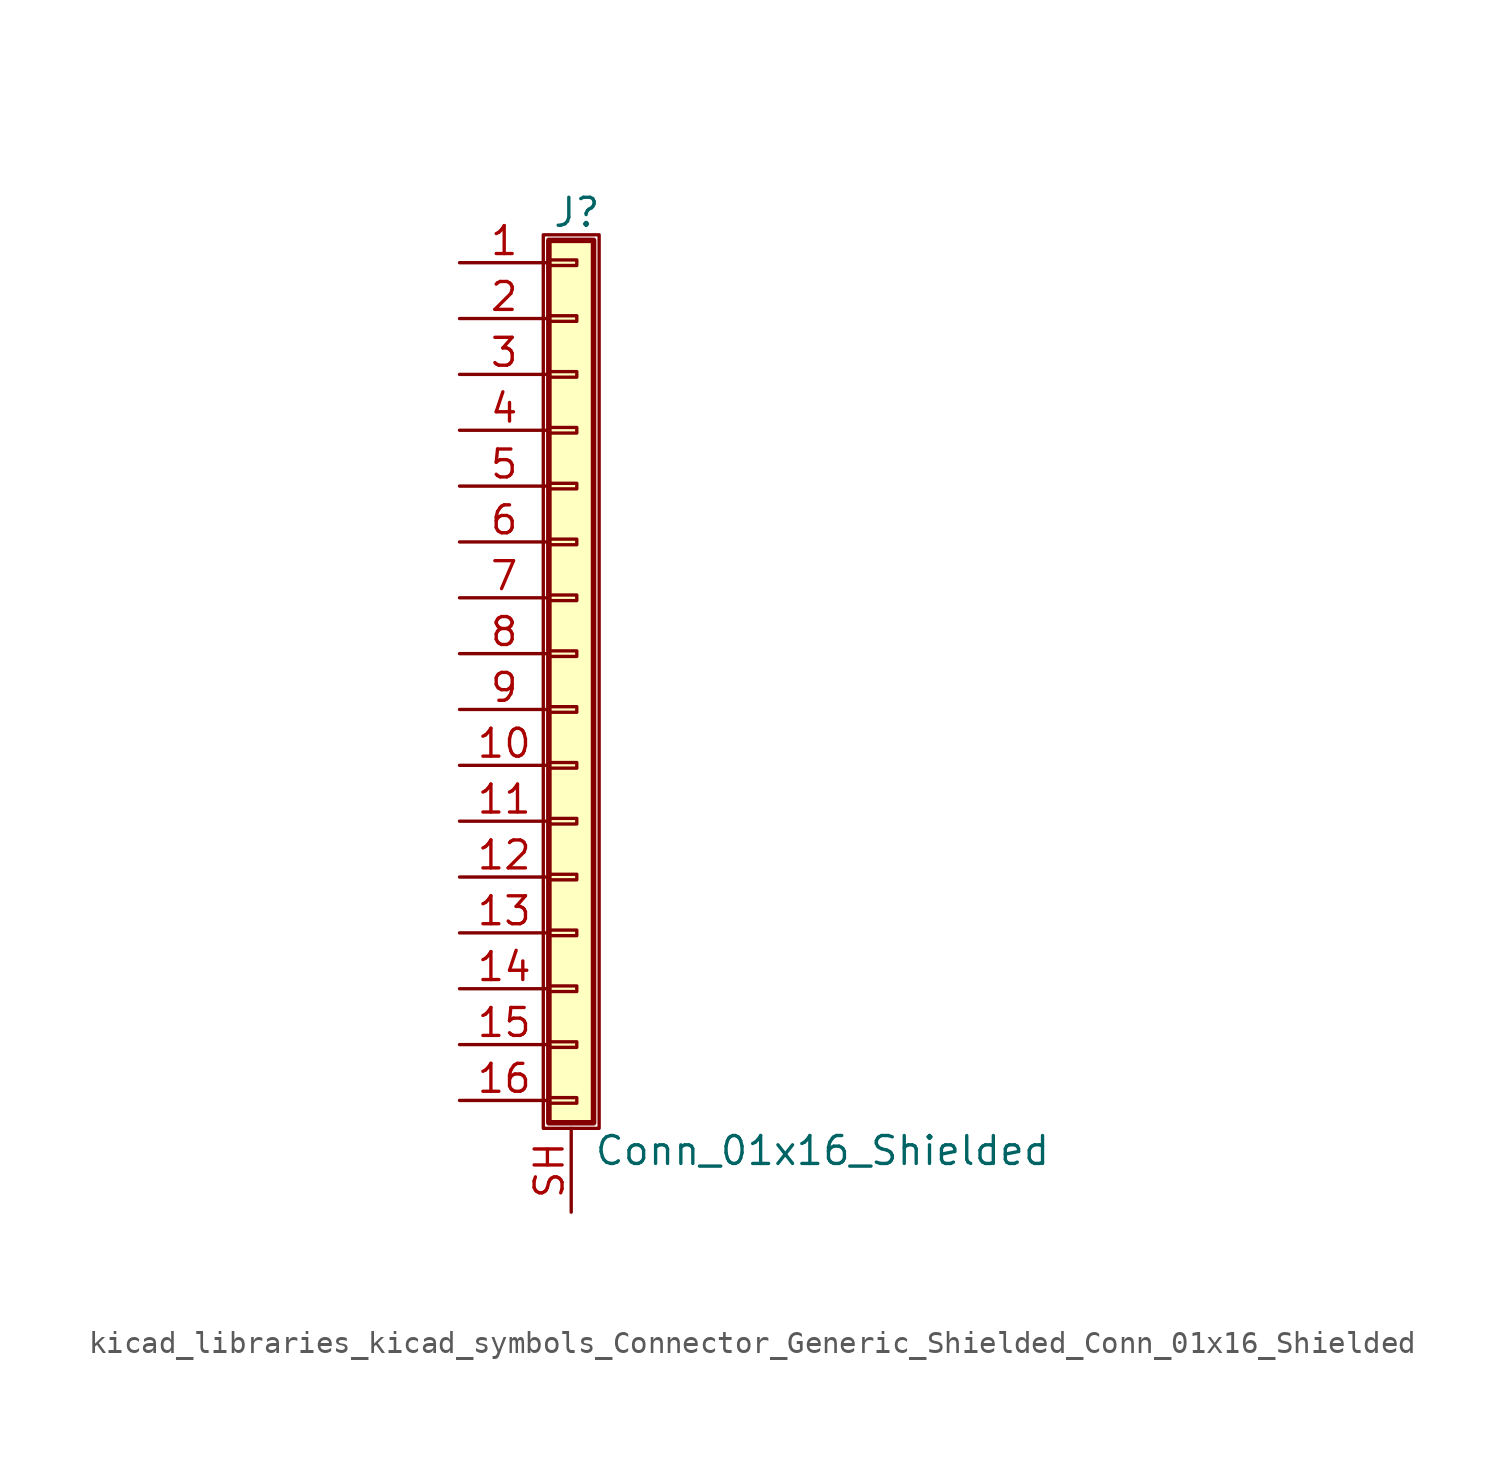
<source format=kicad_sym>
(kicad_symbol_lib
  (version 20220914)
  (generator kicad_symbol_editor)
  (symbol "kicad_libraries_kicad_symbols_Connector_Generic_Shielded_Conn_01x16_Shielded"
    (pin_names
      (offset 1.016) hide)
    (property "Reference" "J"
      (at 0.254 20.066 0)
      (effects (font (size 1.27 1.27))))
    (property "Value" "Conn_01x16_Shielded"
      (at 1.016 -22.606 0)
      (effects (font (size 1.27 1.27)) (justify left)))
    (symbol "kicad_libraries_kicad_symbols_Connector_Generic_Shielded_Conn_01x16_Shielded_1_1"
      (rectangle (start -1.27 19.05) (end 1.27 -21.59) (stroke (width 0.152) (type default)) (fill (type none)))
      (rectangle (start -1.016 -20.193) (end 0.254 -20.447) (stroke (width 0.152) (type default)) (fill (type none)))
      (rectangle (start -1.016 -17.653) (end 0.254 -17.907) (stroke (width 0.152) (type default)) (fill (type none)))
      (rectangle (start -1.016 -15.113) (end 0.254 -15.367) (stroke (width 0.152) (type default)) (fill (type none)))
      (rectangle (start -1.016 -12.573) (end 0.254 -12.827) (stroke (width 0.152) (type default)) (fill (type none)))
      (rectangle (start -1.016 -10.033) (end 0.254 -10.287) (stroke (width 0.152) (type default)) (fill (type none)))
      (rectangle (start -1.016 -7.493) (end 0.254 -7.747) (stroke (width 0.152) (type default)) (fill (type none)))
      (rectangle (start -1.016 -4.953) (end 0.254 -5.207) (stroke (width 0.152) (type default)) (fill (type none)))
      (rectangle (start -1.016 -2.413) (end 0.254 -2.667) (stroke (width 0.152) (type default)) (fill (type none)))
      (rectangle (start -1.016 0.127) (end 0.254 -0.127) (stroke (width 0.152) (type default)) (fill (type none)))
      (rectangle (start -1.016 2.667) (end 0.254 2.413) (stroke (width 0.152) (type default)) (fill (type none)))
      (rectangle (start -1.016 5.207) (end 0.254 4.953) (stroke (width 0.152) (type default)) (fill (type none)))
      (rectangle (start -1.016 7.747) (end 0.254 7.493) (stroke (width 0.152) (type default)) (fill (type none)))
      (rectangle (start -1.016 10.287) (end 0.254 10.033) (stroke (width 0.152) (type default)) (fill (type none)))
      (rectangle (start -1.016 12.827) (end 0.254 12.573) (stroke (width 0.152) (type default)) (fill (type none)))
      (rectangle (start -1.016 15.367) (end 0.254 15.113) (stroke (width 0.152) (type default)) (fill (type none)))
      (rectangle (start -1.016 17.907) (end 0.254 17.653) (stroke (width 0.152) (type default)) (fill (type none)))
      (rectangle (start -1.016 18.796) (end 1.016 -21.336) (stroke (width 0.254) (type default)) (fill (type background)))
      (pin passive line (at -5.08 17.78 0) (length 4.064) (name "Pin_1" (effects (font (size 1.27 1.27)))) (number "1" (effects (font (size 1.27 1.27)))))
      (pin passive line (at -5.08 -5.08 0) (length 4.064) (name "Pin_10" (effects (font (size 1.27 1.27)))) (number "10" (effects (font (size 1.27 1.27)))))
      (pin passive line (at -5.08 -7.62 0) (length 4.064) (name "Pin_11" (effects (font (size 1.27 1.27)))) (number "11" (effects (font (size 1.27 1.27)))))
      (pin passive line (at -5.08 -10.16 0) (length 4.064) (name "Pin_12" (effects (font (size 1.27 1.27)))) (number "12" (effects (font (size 1.27 1.27)))))
      (pin passive line (at -5.08 -12.7 0) (length 4.064) (name "Pin_13" (effects (font (size 1.27 1.27)))) (number "13" (effects (font (size 1.27 1.27)))))
      (pin passive line (at -5.08 -15.24 0) (length 4.064) (name "Pin_14" (effects (font (size 1.27 1.27)))) (number "14" (effects (font (size 1.27 1.27)))))
      (pin passive line (at -5.08 -17.78 0) (length 4.064) (name "Pin_15" (effects (font (size 1.27 1.27)))) (number "15" (effects (font (size 1.27 1.27)))))
      (pin passive line (at -5.08 -20.32 0) (length 4.064) (name "Pin_16" (effects (font (size 1.27 1.27)))) (number "16" (effects (font (size 1.27 1.27)))))
      (pin passive line (at -5.08 15.24 0) (length 4.064) (name "Pin_2" (effects (font (size 1.27 1.27)))) (number "2" (effects (font (size 1.27 1.27)))))
      (pin passive line (at -5.08 12.7 0) (length 4.064) (name "Pin_3" (effects (font (size 1.27 1.27)))) (number "3" (effects (font (size 1.27 1.27)))))
      (pin passive line (at -5.08 10.16 0) (length 4.064) (name "Pin_4" (effects (font (size 1.27 1.27)))) (number "4" (effects (font (size 1.27 1.27)))))
      (pin passive line (at -5.08 7.62 0) (length 4.064) (name "Pin_5" (effects (font (size 1.27 1.27)))) (number "5" (effects (font (size 1.27 1.27)))))
      (pin passive line (at -5.08 5.08 0) (length 4.064) (name "Pin_6" (effects (font (size 1.27 1.27)))) (number "6" (effects (font (size 1.27 1.27)))))
      (pin passive line (at -5.08 2.54 0) (length 4.064) (name "Pin_7" (effects (font (size 1.27 1.27)))) (number "7" (effects (font (size 1.27 1.27)))))
      (pin passive line (at -5.08 0 0) (length 4.064) (name "Pin_8" (effects (font (size 1.27 1.27)))) (number "8" (effects (font (size 1.27 1.27)))))
      (pin passive line (at -5.08 -2.54 0) (length 4.064) (name "Pin_9" (effects (font (size 1.27 1.27)))) (number "9" (effects (font (size 1.27 1.27)))))
      (pin passive line (at 0 -25.4 90) (length 3.81) (name "Shield" (effects (font (size 1.27 1.27)))) (number "SH" (effects (font (size 1.27 1.27))))))))
</source>
